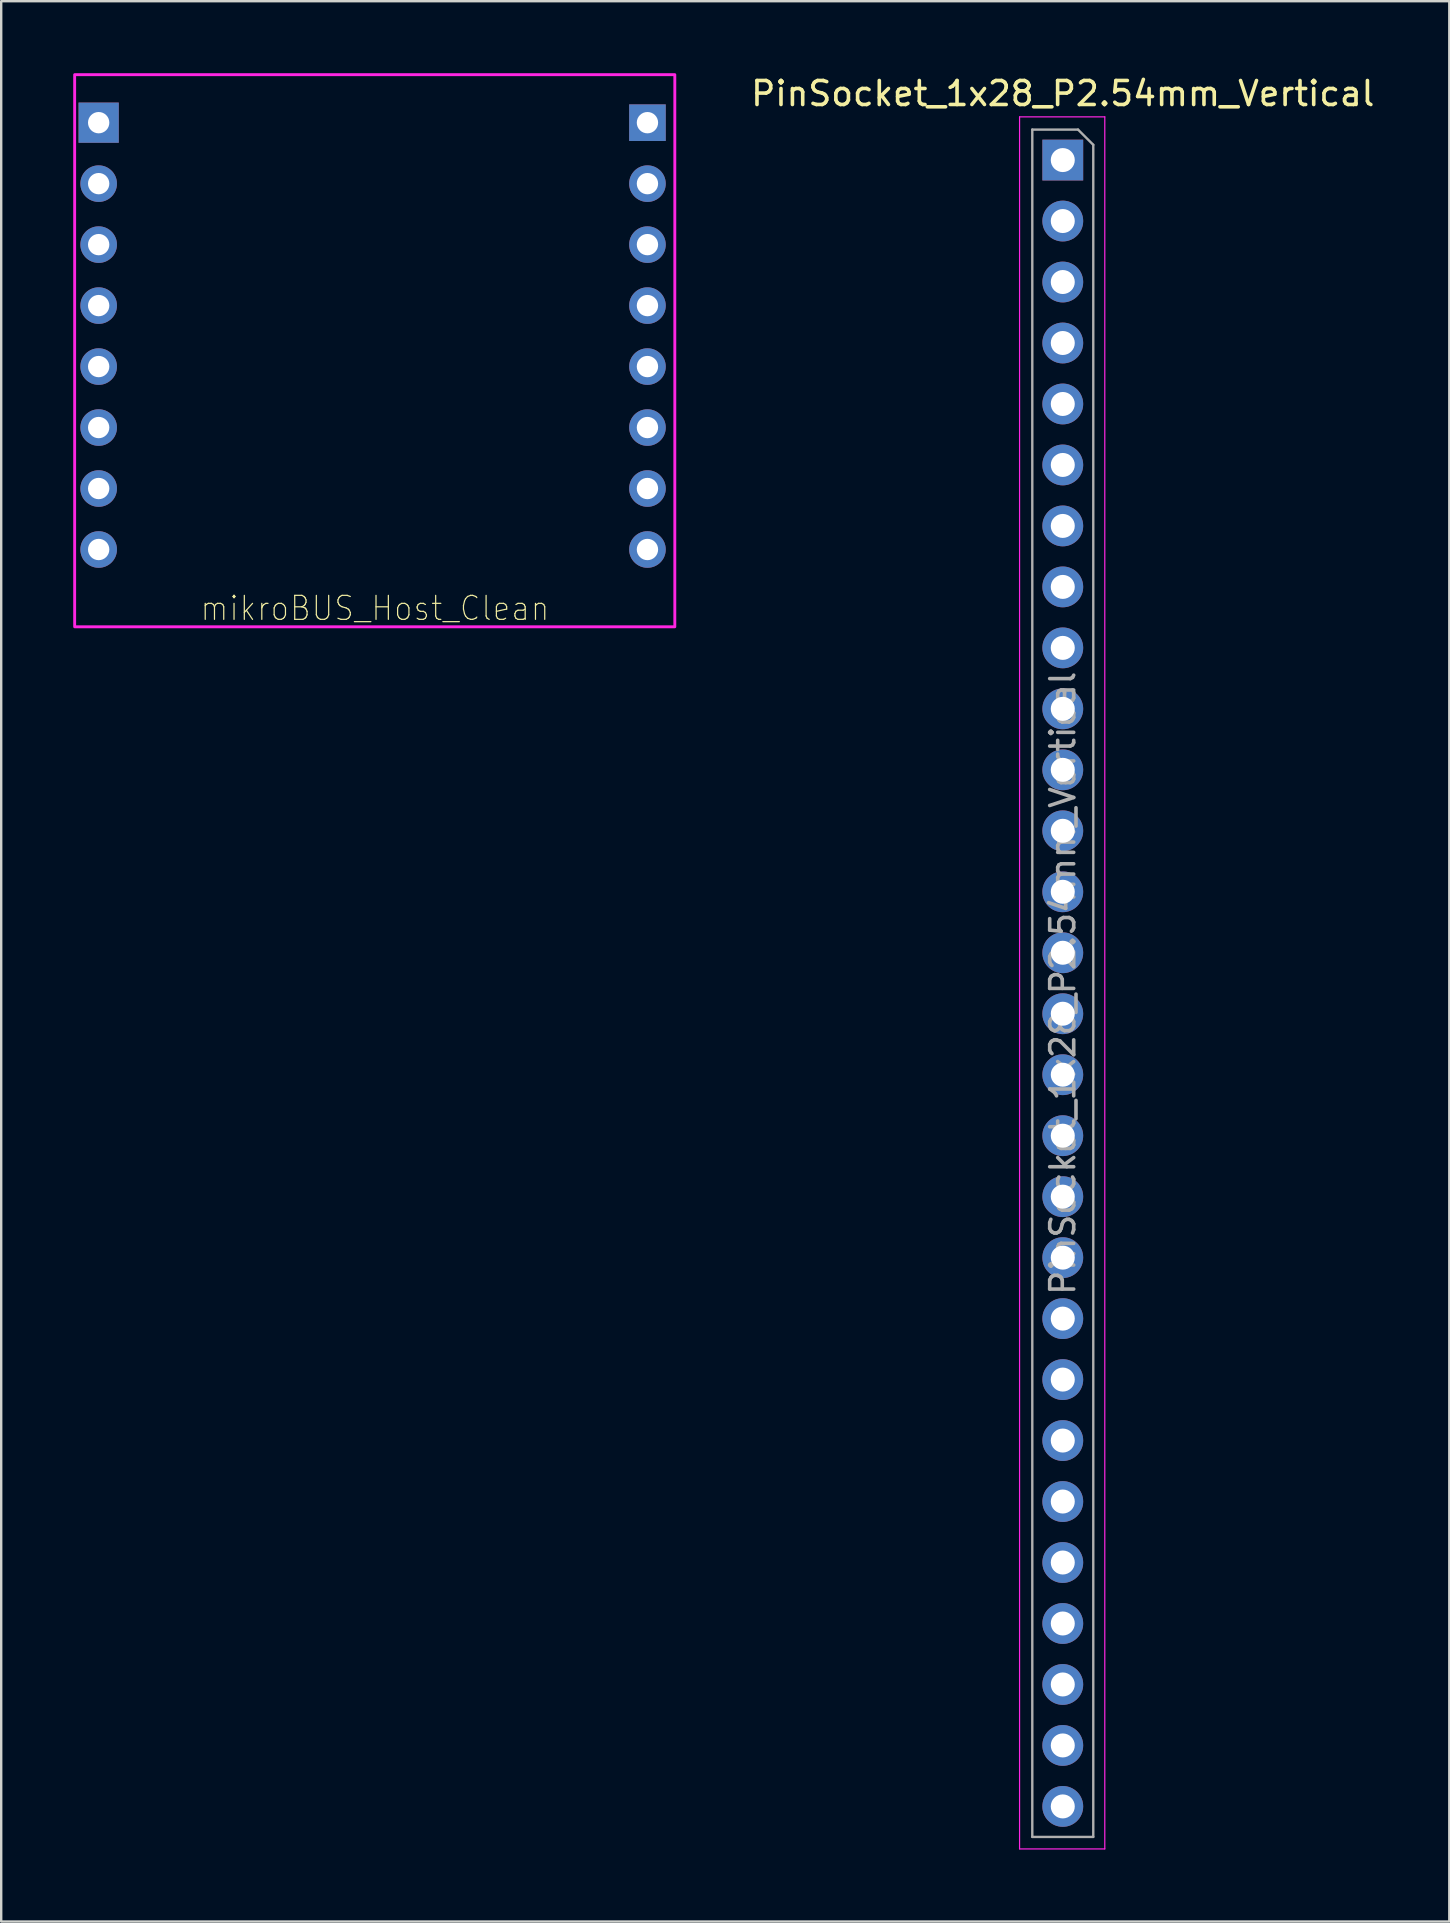
<source format=kicad_pcb>
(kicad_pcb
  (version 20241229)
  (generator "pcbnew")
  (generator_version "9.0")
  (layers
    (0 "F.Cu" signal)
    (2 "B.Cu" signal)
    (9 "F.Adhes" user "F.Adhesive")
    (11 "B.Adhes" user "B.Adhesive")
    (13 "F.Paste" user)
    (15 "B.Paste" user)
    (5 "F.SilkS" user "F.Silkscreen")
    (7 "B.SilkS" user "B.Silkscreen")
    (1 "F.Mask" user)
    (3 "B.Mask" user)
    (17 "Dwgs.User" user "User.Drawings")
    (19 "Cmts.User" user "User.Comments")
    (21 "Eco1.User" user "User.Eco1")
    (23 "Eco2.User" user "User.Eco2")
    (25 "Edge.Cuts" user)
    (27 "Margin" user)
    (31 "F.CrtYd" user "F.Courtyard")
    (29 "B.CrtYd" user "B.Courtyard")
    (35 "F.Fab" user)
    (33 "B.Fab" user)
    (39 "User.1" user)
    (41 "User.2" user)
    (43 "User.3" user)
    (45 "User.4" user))
  (footprint "mikroBUS_Host_Clean"
    (layer "F.Cu")
    (at 1.06 2.06)
    (property "Reference" "mikroBUS_Host_Clean" (at 11.51 20.23 0) (layer "F.SilkS") (effects (font (size 1 0.9) (thickness 0.05))))
    (attr through_hole)
    (fp_rect (start -1 -2) (end 24 21) (stroke (width 0.12) (type default)) (fill no) (layer "F.CrtYd"))
    (pad "1" thru_hole rect (at 0 0) (size 1.676 1.676) (drill 0.889) (layers "*.Cu" "*.Mask"))
    (pad "2" thru_hole circle (at 0 2.54) (size 1.524 1.524) (drill 0.889) (layers "*.Cu" "*.Mask"))
    (pad "3" thru_hole circle (at 0 5.08) (size 1.524 1.524) (drill 0.889) (layers "*.Cu" "*.Mask"))
    (pad "4" thru_hole circle (at 0 7.62) (size 1.524 1.524) (drill 0.889) (layers "*.Cu" "*.Mask"))
    (pad "5" thru_hole circle (at 0 10.16) (size 1.524 1.524) (drill 0.889) (layers "*.Cu" "*.Mask"))
    (pad "6" thru_hole circle (at 0 12.7) (size 1.524 1.524) (drill 0.889) (layers "*.Cu" "*.Mask"))
    (pad "7" thru_hole circle (at 0 15.24) (size 1.524 1.524) (drill 0.889) (layers "*.Cu" "*.Mask"))
    (pad "8" thru_hole circle (at 0 17.78) (size 1.524 1.524) (drill 0.889) (layers "*.Cu" "*.Mask"))
    (pad "9" thru_hole circle (at 22.86 17.78) (size 1.524 1.524) (drill 0.889) (layers "*.Cu" "*.Mask"))
    (pad "10" thru_hole circle (at 22.86 15.24) (size 1.524 1.524) (drill 0.889) (layers "*.Cu" "*.Mask"))
    (pad "11" thru_hole circle (at 22.86 12.7) (size 1.524 1.524) (drill 0.889) (layers "*.Cu" "*.Mask"))
    (pad "12" thru_hole circle (at 22.86 10.16) (size 1.524 1.524) (drill 0.889) (layers "*.Cu" "*.Mask"))
    (pad "13" thru_hole circle (at 22.86 7.62) (size 1.524 1.524) (drill 0.889) (layers "*.Cu" "*.Mask"))
    (pad "14" thru_hole circle (at 22.86 5.08) (size 1.524 1.524) (drill 0.889) (layers "*.Cu" "*.Mask"))
    (pad "15" thru_hole circle (at 22.86 2.54) (size 1.524 1.524) (drill 0.889) (layers "*.Cu" "*.Mask"))
    (pad "16" thru_hole rect (at 22.86 0) (size 1.524 1.524) (drill 0.889) (layers "*.Cu" "*.Mask")))
  (footprint "PinSocket_1x28_P2.54mm_Vertical"
    (layer "F.Cu")
    (at 41.221 3.618)
    (property "Reference" "PinSocket_1x28_P2.54mm_Vertical" (at 0 -2.77 0) (layer "F.SilkS") (effects (font (size 1 1) (thickness 0.15))))
    (attr through_hole)
    (fp_line (start -1.8 -1.8) (end 1.75 -1.8) (stroke (width 0.05) (type solid)) (layer "F.CrtYd"))
    (fp_line (start -1.8 70.35) (end -1.8 -1.8) (stroke (width 0.05) (type solid)) (layer "F.CrtYd"))
    (fp_line (start 1.75 -1.8) (end 1.75 70.35) (stroke (width 0.05) (type solid)) (layer "F.CrtYd"))
    (fp_line (start 1.75 70.35) (end -1.8 70.35) (stroke (width 0.05) (type solid)) (layer "F.CrtYd"))
    (fp_line (start -1.27 -1.27) (end 0.635 -1.27) (stroke (width 0.1) (type solid)) (layer "F.Fab"))
    (fp_line (start -1.27 69.85) (end -1.27 -1.27) (stroke (width 0.1) (type solid)) (layer "F.Fab"))
    (fp_line (start 0.635 -1.27) (end 1.27 -0.635) (stroke (width 0.1) (type solid)) (layer "F.Fab"))
    (fp_line (start 1.27 -0.635) (end 1.27 69.85) (stroke (width 0.1) (type solid)) (layer "F.Fab"))
    (fp_line (start 1.27 69.85) (end -1.27 69.85) (stroke (width 0.1) (type solid)) (layer "F.Fab"))
    (fp_text user "${REFERENCE}" (at 0 34.29 90) (layer "F.Fab") (effects (font (size 1 1) (thickness 0.15))))
    (pad "1" thru_hole rect (at 0 0) (size 1.7 1.7) (drill 1) (layers "*.Cu" "*.Mask"))
    (pad "2" thru_hole oval (at 0 2.54) (size 1.7 1.7) (drill 1) (layers "*.Cu" "*.Mask"))
    (pad "3" thru_hole oval (at 0 5.08) (size 1.7 1.7) (drill 1) (layers "*.Cu" "*.Mask"))
    (pad "4" thru_hole oval (at 0 7.62) (size 1.7 1.7) (drill 1) (layers "*.Cu" "*.Mask"))
    (pad "5" thru_hole oval (at 0 10.16) (size 1.7 1.7) (drill 1) (layers "*.Cu" "*.Mask"))
    (pad "6" thru_hole oval (at 0 12.7) (size 1.7 1.7) (drill 1) (layers "*.Cu" "*.Mask"))
    (pad "7" thru_hole oval (at 0 15.24) (size 1.7 1.7) (drill 1) (layers "*.Cu" "*.Mask"))
    (pad "8" thru_hole oval (at 0 17.78) (size 1.7 1.7) (drill 1) (layers "*.Cu" "*.Mask"))
    (pad "9" thru_hole oval (at 0 20.32) (size 1.7 1.7) (drill 1) (layers "*.Cu" "*.Mask"))
    (pad "10" thru_hole oval (at 0 22.86) (size 1.7 1.7) (drill 1) (layers "*.Cu" "*.Mask"))
    (pad "11" thru_hole oval (at 0 25.4) (size 1.7 1.7) (drill 1) (layers "*.Cu" "*.Mask"))
    (pad "12" thru_hole oval (at 0 27.94) (size 1.7 1.7) (drill 1) (layers "*.Cu" "*.Mask"))
    (pad "13" thru_hole oval (at 0 30.48) (size 1.7 1.7) (drill 1) (layers "*.Cu" "*.Mask"))
    (pad "14" thru_hole oval (at 0 33.02) (size 1.7 1.7) (drill 1) (layers "*.Cu" "*.Mask"))
    (pad "15" thru_hole oval (at 0 35.56) (size 1.7 1.7) (drill 1) (layers "*.Cu" "*.Mask"))
    (pad "16" thru_hole oval (at 0 38.1) (size 1.7 1.7) (drill 1) (layers "*.Cu" "*.Mask"))
    (pad "17" thru_hole oval (at 0 40.64) (size 1.7 1.7) (drill 1) (layers "*.Cu" "*.Mask"))
    (pad "18" thru_hole oval (at 0 43.18) (size 1.7 1.7) (drill 1) (layers "*.Cu" "*.Mask"))
    (pad "19" thru_hole oval (at 0 45.72) (size 1.7 1.7) (drill 1) (layers "*.Cu" "*.Mask"))
    (pad "20" thru_hole oval (at 0 48.26) (size 1.7 1.7) (drill 1) (layers "*.Cu" "*.Mask"))
    (pad "21" thru_hole oval (at 0 50.8) (size 1.7 1.7) (drill 1) (layers "*.Cu" "*.Mask"))
    (pad "22" thru_hole oval (at 0 53.34) (size 1.7 1.7) (drill 1) (layers "*.Cu" "*.Mask"))
    (pad "23" thru_hole oval (at 0 55.88) (size 1.7 1.7) (drill 1) (layers "*.Cu" "*.Mask"))
    (pad "24" thru_hole oval (at 0 58.42) (size 1.7 1.7) (drill 1) (layers "*.Cu" "*.Mask"))
    (pad "25" thru_hole oval (at 0 60.96) (size 1.7 1.7) (drill 1) (layers "*.Cu" "*.Mask"))
    (pad "26" thru_hole oval (at 0 63.5) (size 1.7 1.7) (drill 1) (layers "*.Cu" "*.Mask"))
    (pad "27" thru_hole oval (at 0 66.04) (size 1.7 1.7) (drill 1) (layers "*.Cu" "*.Mask"))
    (pad "28" thru_hole oval (at 0 68.58) (size 1.7 1.7) (drill 1) (layers "*.Cu" "*.Mask")))
  (gr_rect
    (start -3 -3)
    (end 57.322 76.993)
    (stroke (width 0.1) (type default))
    (fill no)
    (layer "Edge.Cuts")))
</source>
